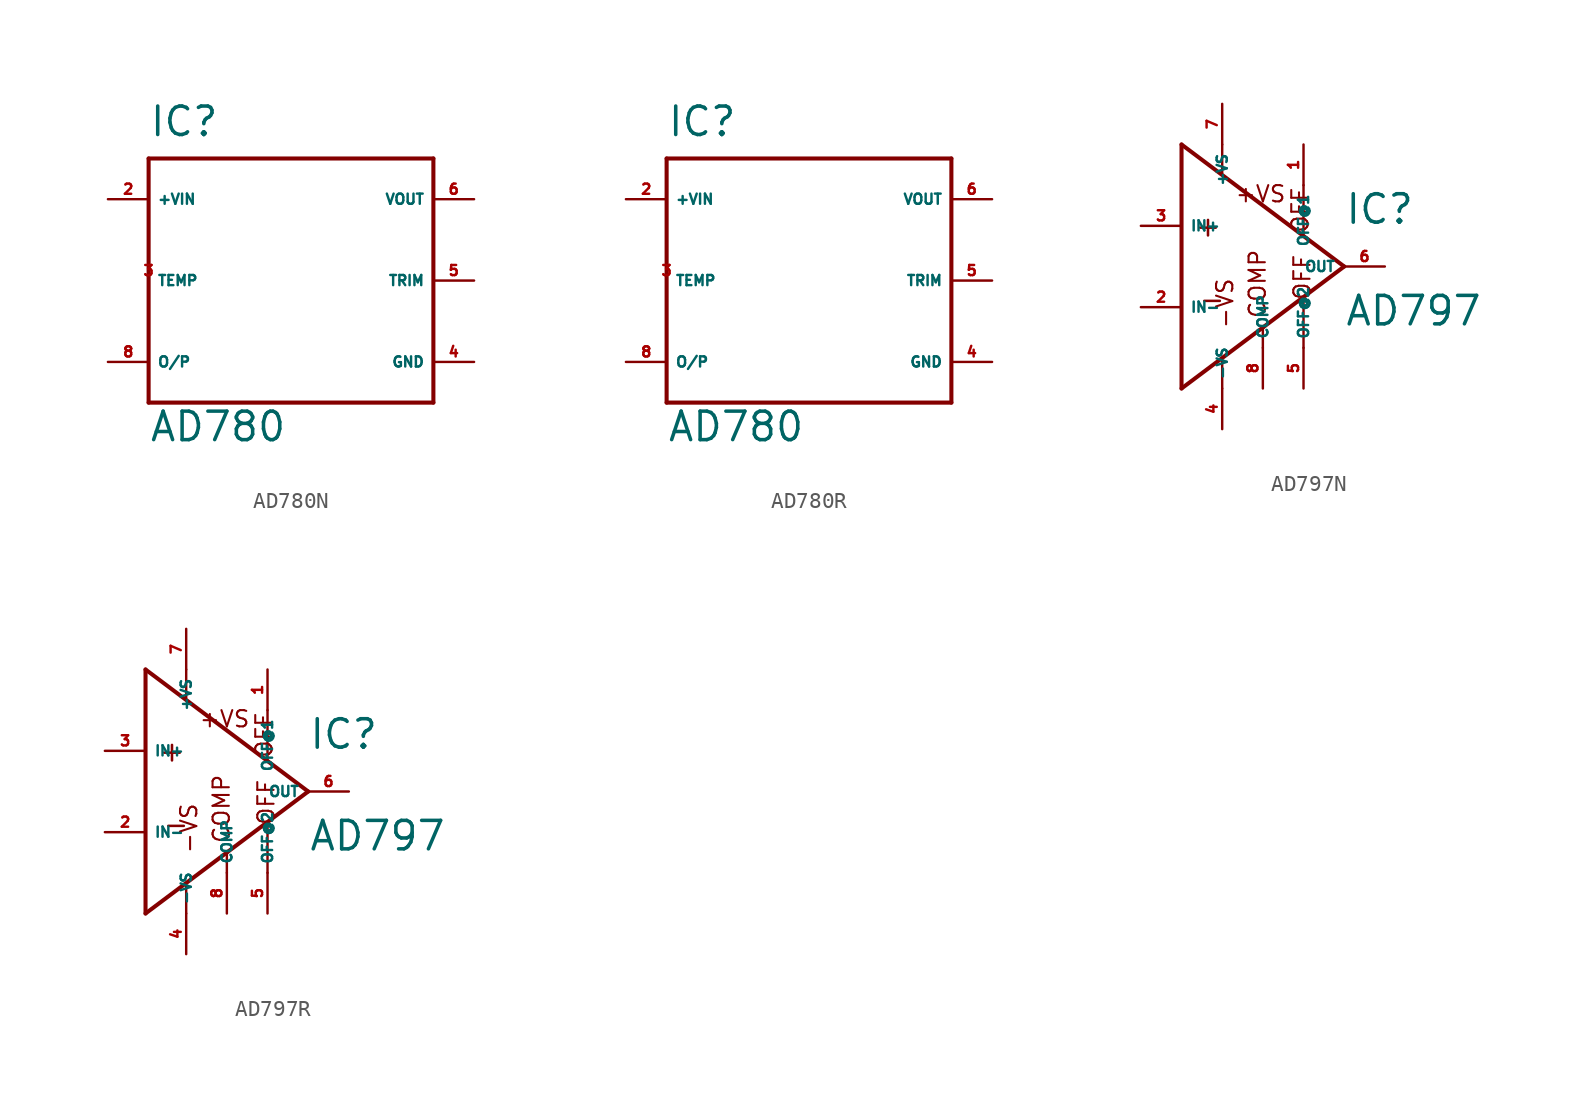
<source format=kicad_sym>
(kicad_symbol_lib
  (version 20220914)
  (generator Eagle2Kicad)
  (symbol "AD780N"
    (property "Reference" "IC"
      (at -7.62 8.89 0)
      (effects (font (size 1.778 1.778) (thickness 0.22)) (justify left bottom)))
    (property "Value" "AD780"
      (at -7.62 -10.16 0)
      (effects (font (size 1.778 1.778) (thickness 0.22)) (justify left bottom)))
    (polyline
      (pts (xy 10.16 7.62) (xy 10.16 -7.62))
      (stroke (width 0.254) (type default))
      (fill (type none)))
    (polyline
      (pts (xy -7.62 7.62) (xy 10.16 7.62))
      (stroke (width 0.254) (type default))
      (fill (type none)))
    (polyline
      (pts (xy -7.62 7.62) (xy -7.62 -7.62))
      (stroke (width 0.254) (type default))
      (fill (type none)))
    (polyline
      (pts (xy 10.16 -7.62) (xy -7.62 -7.62))
      (stroke (width 0.254) (type default))
      (fill (type none)))
    (pin input line
      (at -10.16 5.08 0)
      (length 2.54)
      (name "+VIN" (effects (font (size 0.635 0.635) (thickness 0.08)) (justify left bottom)))
      (number "2" (effects (font (size 0.635 0.635) (thickness 0.08)) (justify left bottom))))
    (pin input line
      (at -7.62 0 0)
      (length 0)
      (name "TEMP" (effects (font (size 0.635 0.635) (thickness 0.08)) (justify left bottom)))
      (number "3" (effects (font (size 0.635 0.635) (thickness 0.08)) (justify left bottom))))
    (pin input line
      (at 12.7 0 180)
      (length 2.54)
      (name "TRIM" (effects (font (size 0.635 0.635) (thickness 0.08)) (justify left bottom)))
      (number "5" (effects (font (size 0.635 0.635) (thickness 0.08)) (justify left bottom))))
    (pin input line
      (at 12.7 5.08 180)
      (length 2.54)
      (name "VOUT" (effects (font (size 0.635 0.635) (thickness 0.08)) (justify left bottom)))
      (number "6" (effects (font (size 0.635 0.635) (thickness 0.08)) (justify left bottom))))
    (pin unspecified line
      (at 12.7 -5.08 180)
      (length 2.54)
      (name "GND" (effects (font (size 0.635 0.635) (thickness 0.08)) (justify left bottom)))
      (number "4" (effects (font (size 0.635 0.635) (thickness 0.08)) (justify left bottom))))
    (pin passive line
      (at -10.16 -5.08 0)
      (length 2.54)
      (name "O/P" (effects (font (size 0.635 0.635) (thickness 0.08)) (justify left bottom)))
      (number "8" (effects (font (size 0.635 0.635) (thickness 0.08)) (justify left bottom)))))
  (symbol "AD780R"
    (property "Reference" "IC"
      (at -7.62 8.89 0)
      (effects (font (size 1.778 1.778) (thickness 0.22)) (justify left bottom)))
    (property "Value" "AD780"
      (at -7.62 -10.16 0)
      (effects (font (size 1.778 1.778) (thickness 0.22)) (justify left bottom)))
    (polyline
      (pts (xy 10.16 7.62) (xy 10.16 -7.62))
      (stroke (width 0.254) (type default))
      (fill (type none)))
    (polyline
      (pts (xy -7.62 7.62) (xy 10.16 7.62))
      (stroke (width 0.254) (type default))
      (fill (type none)))
    (polyline
      (pts (xy -7.62 7.62) (xy -7.62 -7.62))
      (stroke (width 0.254) (type default))
      (fill (type none)))
    (polyline
      (pts (xy 10.16 -7.62) (xy -7.62 -7.62))
      (stroke (width 0.254) (type default))
      (fill (type none)))
    (pin input line
      (at -10.16 5.08 0)
      (length 2.54)
      (name "+VIN" (effects (font (size 0.635 0.635) (thickness 0.08)) (justify left bottom)))
      (number "2" (effects (font (size 0.635 0.635) (thickness 0.08)) (justify left bottom))))
    (pin input line
      (at -7.62 0 0)
      (length 0)
      (name "TEMP" (effects (font (size 0.635 0.635) (thickness 0.08)) (justify left bottom)))
      (number "3" (effects (font (size 0.635 0.635) (thickness 0.08)) (justify left bottom))))
    (pin input line
      (at 12.7 0 180)
      (length 2.54)
      (name "TRIM" (effects (font (size 0.635 0.635) (thickness 0.08)) (justify left bottom)))
      (number "5" (effects (font (size 0.635 0.635) (thickness 0.08)) (justify left bottom))))
    (pin input line
      (at 12.7 5.08 180)
      (length 2.54)
      (name "VOUT" (effects (font (size 0.635 0.635) (thickness 0.08)) (justify left bottom)))
      (number "6" (effects (font (size 0.635 0.635) (thickness 0.08)) (justify left bottom))))
    (pin unspecified line
      (at 12.7 -5.08 180)
      (length 2.54)
      (name "GND" (effects (font (size 0.635 0.635) (thickness 0.08)) (justify left bottom)))
      (number "4" (effects (font (size 0.635 0.635) (thickness 0.08)) (justify left bottom))))
    (pin passive line
      (at -10.16 -5.08 0)
      (length 2.54)
      (name "O/P" (effects (font (size 0.635 0.635) (thickness 0.08)) (justify left bottom)))
      (number "8" (effects (font (size 0.635 0.635) (thickness 0.08)) (justify left bottom)))))
  (symbol "AD797N"
    (property "Reference" "IC"
      (at 7.62 2.54 0)
      (effects (font (size 1.778 1.778) (thickness 0.22)) (justify left bottom)))
    (property "Value" "AD797"
      (at 7.62 -3.81 0)
      (effects (font (size 1.778 1.778) (thickness 0.22)) (justify left bottom)))
    (polyline
      (pts (xy -2.54 7.62) (xy -2.54 -7.62))
      (stroke (width 0.254) (type default))
      (fill (type none)))
    (polyline
      (pts (xy -2.54 -7.62) (xy 2.54 -3.81))
      (stroke (width 0.254) (type default))
      (fill (type none)))
    (polyline
      (pts (xy 2.54 -3.81) (xy 7.62 0))
      (stroke (width 0.254) (type default))
      (fill (type none)))
    (polyline
      (pts (xy 7.62 0) (xy -2.54 7.62))
      (stroke (width 0.254) (type default))
      (fill (type none)))
    (polyline
      (pts (xy 5.08 5.08) (xy 5.08 2.032))
      (stroke (width 0.152) (type default))
      (fill (type none)))
    (polyline
      (pts (xy 5.08 -5.08) (xy 5.08 -2.032))
      (stroke (width 0.152) (type default))
      (fill (type none)))
    (polyline
      (pts (xy 0 5.842) (xy 0 7.62))
      (stroke (width 0.152) (type default))
      (fill (type none)))
    (polyline
      (pts (xy 0 -7.62) (xy 0 -5.842))
      (stroke (width 0.152) (type default))
      (fill (type none)))
    (polyline
      (pts (xy 2.54 -5.08) (xy 2.54 -3.81))
      (stroke (width 0.152) (type default))
      (fill (type none)))
    (text "+"
      (at -1.778 1.778 0)
      (effects (font (size 1.27 1.27) (thickness 0.16)) (justify left bottom)))
    (text "-"
      (at -1.524 -2.794 0)
      (effects (font (size 1.27 1.27) (thickness 0.16)) (justify left bottom)))
    (text "+VS"
      (at 0.762 3.937 0)
      (effects (font (size 1.016 1.016) (thickness 0.13)) (justify left bottom mirror)))
    (text "-VS"
      (at 0.762 -3.937 1800)
      (effects (font (size 1.016 1.016) (thickness 0.13)) (justify left bottom)))
    (text "OFF"
      (at 5.588 -2.159 2700)
      (effects (font (size 1.016 1.016) (thickness 0.13)) (justify left bottom)))
    (text "OFF"
      (at 5.461 2.032 900)
      (effects (font (size 1.016 1.016) (thickness 0.13)) (justify left bottom mirror)))
    (text "COMP"
      (at 2.794 -3.302 900)
      (effects (font (size 1.016 1.016) (thickness 0.13)) (justify left bottom)))
    (pin input line
      (at -5.08 2.54 0)
      (length 2.54)
      (name "IN+" (effects (font (size 0.635 0.635) (thickness 0.08)) (justify left bottom)))
      (number "3" (effects (font (size 0.635 0.635) (thickness 0.08)) (justify left bottom))))
    (pin input line
      (at -5.08 -2.54 0)
      (length 2.54)
      (name "IN-" (effects (font (size 0.635 0.635) (thickness 0.08)) (justify left bottom)))
      (number "2" (effects (font (size 0.635 0.635) (thickness 0.08)) (justify left bottom))))
    (pin output line
      (at 10.16 0 180)
      (length 2.54)
      (name "OUT" (effects (font (size 0.635 0.635) (thickness 0.08)) (justify left bottom)))
      (number "6" (effects (font (size 0.635 0.635) (thickness 0.08)) (justify left bottom))))
    (pin input line
      (at 0 -10.16 90)
      (length 2.54)
      (name "-VS" (effects (font (size 0.635 0.635) (thickness 0.08)) (justify left bottom)))
      (number "4" (effects (font (size 0.635 0.635) (thickness 0.08)) (justify left bottom))))
    (pin input line
      (at 0 10.16 270)
      (length 2.54)
      (name "+VS" (effects (font (size 0.635 0.635) (thickness 0.08)) (justify left bottom)))
      (number "7" (effects (font (size 0.635 0.635) (thickness 0.08)) (justify left bottom))))
    (pin passive line
      (at 5.08 7.62 270)
      (length 2.54)
      (name "OFF@1" (effects (font (size 0.635 0.635) (thickness 0.08)) (justify left bottom)))
      (number "1" (effects (font (size 0.635 0.635) (thickness 0.08)) (justify left bottom))))
    (pin passive line
      (at 5.08 -7.62 90)
      (length 2.54)
      (name "OFF@2" (effects (font (size 0.635 0.635) (thickness 0.08)) (justify left bottom)))
      (number "5" (effects (font (size 0.635 0.635) (thickness 0.08)) (justify left bottom))))
    (pin passive line
      (at 2.54 -7.62 90)
      (length 2.54)
      (name "COMP" (effects (font (size 0.635 0.635) (thickness 0.08)) (justify left bottom)))
      (number "8" (effects (font (size 0.635 0.635) (thickness 0.08)) (justify left bottom)))))
  (symbol "AD797R"
    (property "Reference" "IC"
      (at 7.62 2.54 0)
      (effects (font (size 1.778 1.778) (thickness 0.22)) (justify left bottom)))
    (property "Value" "AD797"
      (at 7.62 -3.81 0)
      (effects (font (size 1.778 1.778) (thickness 0.22)) (justify left bottom)))
    (polyline
      (pts (xy -2.54 7.62) (xy -2.54 -7.62))
      (stroke (width 0.254) (type default))
      (fill (type none)))
    (polyline
      (pts (xy -2.54 -7.62) (xy 2.54 -3.81))
      (stroke (width 0.254) (type default))
      (fill (type none)))
    (polyline
      (pts (xy 2.54 -3.81) (xy 7.62 0))
      (stroke (width 0.254) (type default))
      (fill (type none)))
    (polyline
      (pts (xy 7.62 0) (xy -2.54 7.62))
      (stroke (width 0.254) (type default))
      (fill (type none)))
    (polyline
      (pts (xy 5.08 5.08) (xy 5.08 2.032))
      (stroke (width 0.152) (type default))
      (fill (type none)))
    (polyline
      (pts (xy 5.08 -5.08) (xy 5.08 -2.032))
      (stroke (width 0.152) (type default))
      (fill (type none)))
    (polyline
      (pts (xy 0 5.842) (xy 0 7.62))
      (stroke (width 0.152) (type default))
      (fill (type none)))
    (polyline
      (pts (xy 0 -7.62) (xy 0 -5.842))
      (stroke (width 0.152) (type default))
      (fill (type none)))
    (polyline
      (pts (xy 2.54 -5.08) (xy 2.54 -3.81))
      (stroke (width 0.152) (type default))
      (fill (type none)))
    (text "+"
      (at -1.778 1.778 0)
      (effects (font (size 1.27 1.27) (thickness 0.16)) (justify left bottom)))
    (text "-"
      (at -1.524 -2.794 0)
      (effects (font (size 1.27 1.27) (thickness 0.16)) (justify left bottom)))
    (text "+VS"
      (at 0.762 3.937 0)
      (effects (font (size 1.016 1.016) (thickness 0.13)) (justify left bottom mirror)))
    (text "-VS"
      (at 0.762 -3.937 1800)
      (effects (font (size 1.016 1.016) (thickness 0.13)) (justify left bottom)))
    (text "OFF"
      (at 5.588 -2.159 2700)
      (effects (font (size 1.016 1.016) (thickness 0.13)) (justify left bottom)))
    (text "OFF"
      (at 5.461 2.032 900)
      (effects (font (size 1.016 1.016) (thickness 0.13)) (justify left bottom mirror)))
    (text "COMP"
      (at 2.794 -3.302 900)
      (effects (font (size 1.016 1.016) (thickness 0.13)) (justify left bottom)))
    (pin input line
      (at -5.08 2.54 0)
      (length 2.54)
      (name "IN+" (effects (font (size 0.635 0.635) (thickness 0.08)) (justify left bottom)))
      (number "3" (effects (font (size 0.635 0.635) (thickness 0.08)) (justify left bottom))))
    (pin input line
      (at -5.08 -2.54 0)
      (length 2.54)
      (name "IN-" (effects (font (size 0.635 0.635) (thickness 0.08)) (justify left bottom)))
      (number "2" (effects (font (size 0.635 0.635) (thickness 0.08)) (justify left bottom))))
    (pin output line
      (at 10.16 0 180)
      (length 2.54)
      (name "OUT" (effects (font (size 0.635 0.635) (thickness 0.08)) (justify left bottom)))
      (number "6" (effects (font (size 0.635 0.635) (thickness 0.08)) (justify left bottom))))
    (pin input line
      (at 0 -10.16 90)
      (length 2.54)
      (name "-VS" (effects (font (size 0.635 0.635) (thickness 0.08)) (justify left bottom)))
      (number "4" (effects (font (size 0.635 0.635) (thickness 0.08)) (justify left bottom))))
    (pin input line
      (at 0 10.16 270)
      (length 2.54)
      (name "+VS" (effects (font (size 0.635 0.635) (thickness 0.08)) (justify left bottom)))
      (number "7" (effects (font (size 0.635 0.635) (thickness 0.08)) (justify left bottom))))
    (pin passive line
      (at 5.08 7.62 270)
      (length 2.54)
      (name "OFF@1" (effects (font (size 0.635 0.635) (thickness 0.08)) (justify left bottom)))
      (number "1" (effects (font (size 0.635 0.635) (thickness 0.08)) (justify left bottom))))
    (pin passive line
      (at 5.08 -7.62 90)
      (length 2.54)
      (name "OFF@2" (effects (font (size 0.635 0.635) (thickness 0.08)) (justify left bottom)))
      (number "5" (effects (font (size 0.635 0.635) (thickness 0.08)) (justify left bottom))))
    (pin passive line
      (at 2.54 -7.62 90)
      (length 2.54)
      (name "COMP" (effects (font (size 0.635 0.635) (thickness 0.08)) (justify left bottom)))
      (number "8" (effects (font (size 0.635 0.635) (thickness 0.08)) (justify left bottom))))))
</source>
